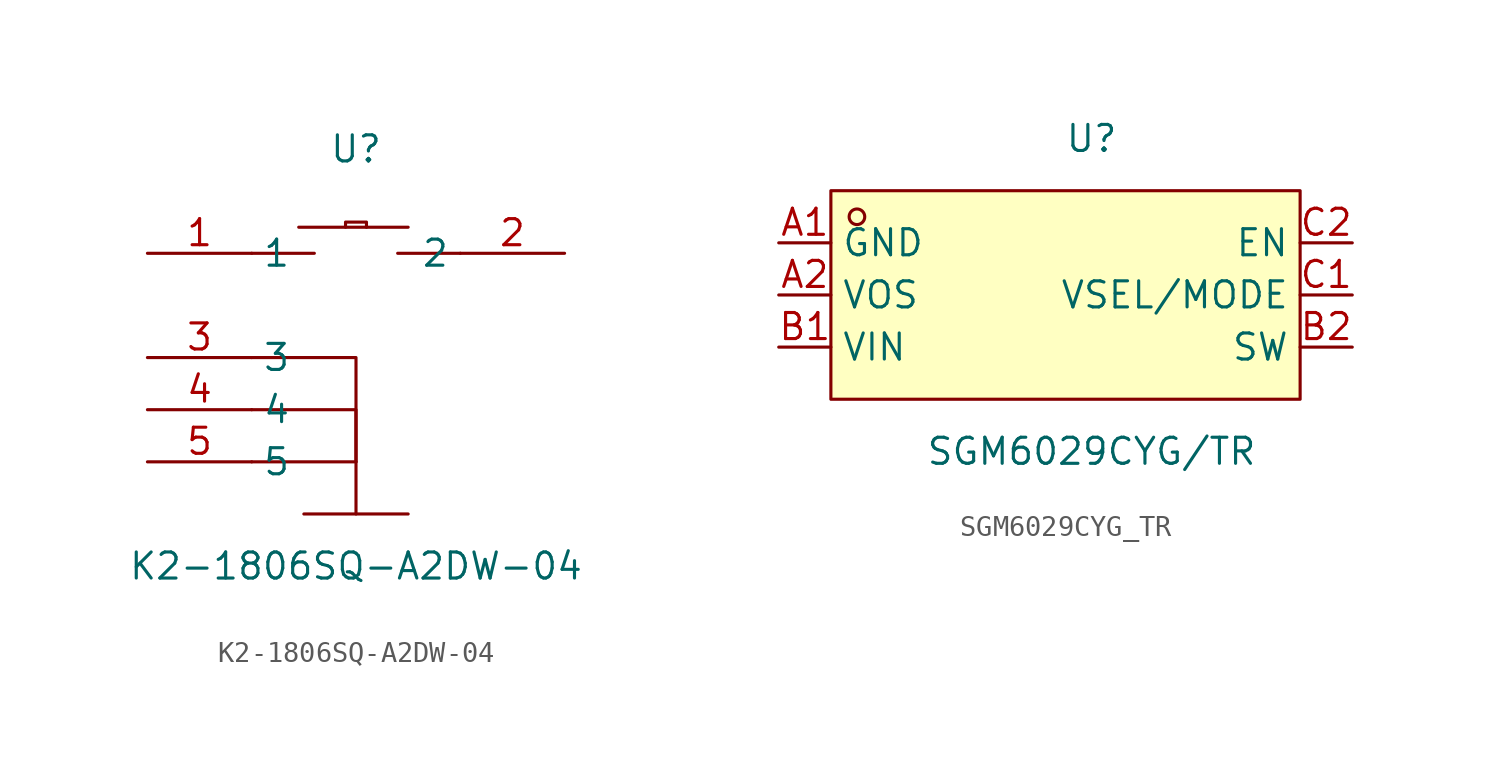
<source format=kicad_sym>
(kicad_symbol_lib
  (version 20211014)
  (generator https://github.com/uPesy/easyeda2kicad.py)
  (symbol "K2-1806SQ-A2DW-04"
    (property "Reference" "U"
      (at 0 10.16 0)
      (effects (font (size 1.27 1.27))))
    (property "Value" "K2-1806SQ-A2DW-04"
      (at 0 -10.16 0)
      (effects (font (size 1.27 1.27))))
    (symbol "K2-1806SQ-A2DW-04_0_1"
      (polyline (pts (xy -2.54 -7.62) (xy 2.54 -7.62)) (stroke (width 0) (type default) (color 0 0 0 0)) (fill (type none)))
      (polyline (pts (xy -5.08 -5.08) (xy 0.00 -5.08)) (stroke (width 0) (type default) (color 0 0 0 0)) (fill (type none)))
      (polyline (pts (xy -5.08 -2.54) (xy 0.00 -2.54) (xy 0.00 -5.08)) (stroke (width 0) (type default) (color 0 0 0 0)) (fill (type none)))
      (polyline (pts (xy -5.08 -0.00) (xy 0.00 -0.00) (xy 0.00 -7.62)) (stroke (width 0) (type default) (color 0 0 0 0)) (fill (type none)))
      (polyline (pts (xy -0.51 6.35) (xy -0.51 6.60) (xy 0.51 6.60) (xy 0.51 6.35)) (stroke (width 0) (type default) (color 0 0 0 0)) (fill (type none)))
      (polyline (pts (xy -2.79 6.35) (xy 2.54 6.35)) (stroke (width 0) (type default) (color 0 0 0 0)) (fill (type none)))
      (polyline (pts (xy 2.03 5.08) (xy 5.08 5.08)) (stroke (width 0) (type default) (color 0 0 0 0)) (fill (type none)))
      (polyline (pts (xy -2.03 5.08) (xy -5.08 5.08)) (stroke (width 0) (type default) (color 0 0 0 0)) (fill (type none)))
      (pin unspecified line (at -10.16 -5.08 0) (length 5.08) (name "5" (effects (font (size 1.27 1.27)))) (number "5" (effects (font (size 1.27 1.27)))))
      (pin unspecified line (at -10.16 -2.54 0) (length 5.08) (name "4" (effects (font (size 1.27 1.27)))) (number "4" (effects (font (size 1.27 1.27)))))
      (pin unspecified line (at -10.16 -0.00 0) (length 5.08) (name "3" (effects (font (size 1.27 1.27)))) (number "3" (effects (font (size 1.27 1.27)))))
      (pin unspecified line (at 10.16 5.08 180) (length 5.08) (name "2" (effects (font (size 1.27 1.27)))) (number "2" (effects (font (size 1.27 1.27)))))
      (pin unspecified line (at -10.16 5.08 0) (length 5.08) (name "1" (effects (font (size 1.27 1.27)))) (number "1" (effects (font (size 1.27 1.27)))))))
  (symbol "SGM6029CYG_TR"
    (property "Reference" "U"
      (at 0 7.62 0)
      (effects (font (size 1.27 1.27))))
    (property "Value" "SGM6029CYG/TR"
      (at 0 -7.62 0)
      (effects (font (size 1.27 1.27))))
    (symbol "SGM6029CYG_TR_0_1"
      (rectangle (start -12.70 5.08) (end 10.16 -5.08) (stroke (width 0) (type default) (color 0 0 0 0)) (fill (type background)))
      (circle (center -11.43 3.81) (radius 0.38) (stroke (width 0) (type default) (color 0 0 0 0)) (fill (type none)))
      (pin unspecified line (at -15.24 2.54 0) (length 2.54) (name "GND" (effects (font (size 1.27 1.27)))) (number "A1" (effects (font (size 1.27 1.27)))))
      (pin unspecified line (at -15.24 -0.00 0) (length 2.54) (name "VOS" (effects (font (size 1.27 1.27)))) (number "A2" (effects (font (size 1.27 1.27)))))
      (pin unspecified line (at -15.24 -2.54 0) (length 2.54) (name "VIN" (effects (font (size 1.27 1.27)))) (number "B1" (effects (font (size 1.27 1.27)))))
      (pin unspecified line (at 12.70 -2.54 180) (length 2.54) (name "SW" (effects (font (size 1.27 1.27)))) (number "B2" (effects (font (size 1.27 1.27)))))
      (pin unspecified line (at 12.70 -0.00 180) (length 2.54) (name "VSEL/MODE" (effects (font (size 1.27 1.27)))) (number "C1" (effects (font (size 1.27 1.27)))))
      (pin unspecified line (at 12.70 2.54 180) (length 2.54) (name "EN" (effects (font (size 1.27 1.27)))) (number "C2" (effects (font (size 1.27 1.27))))))))
</source>
